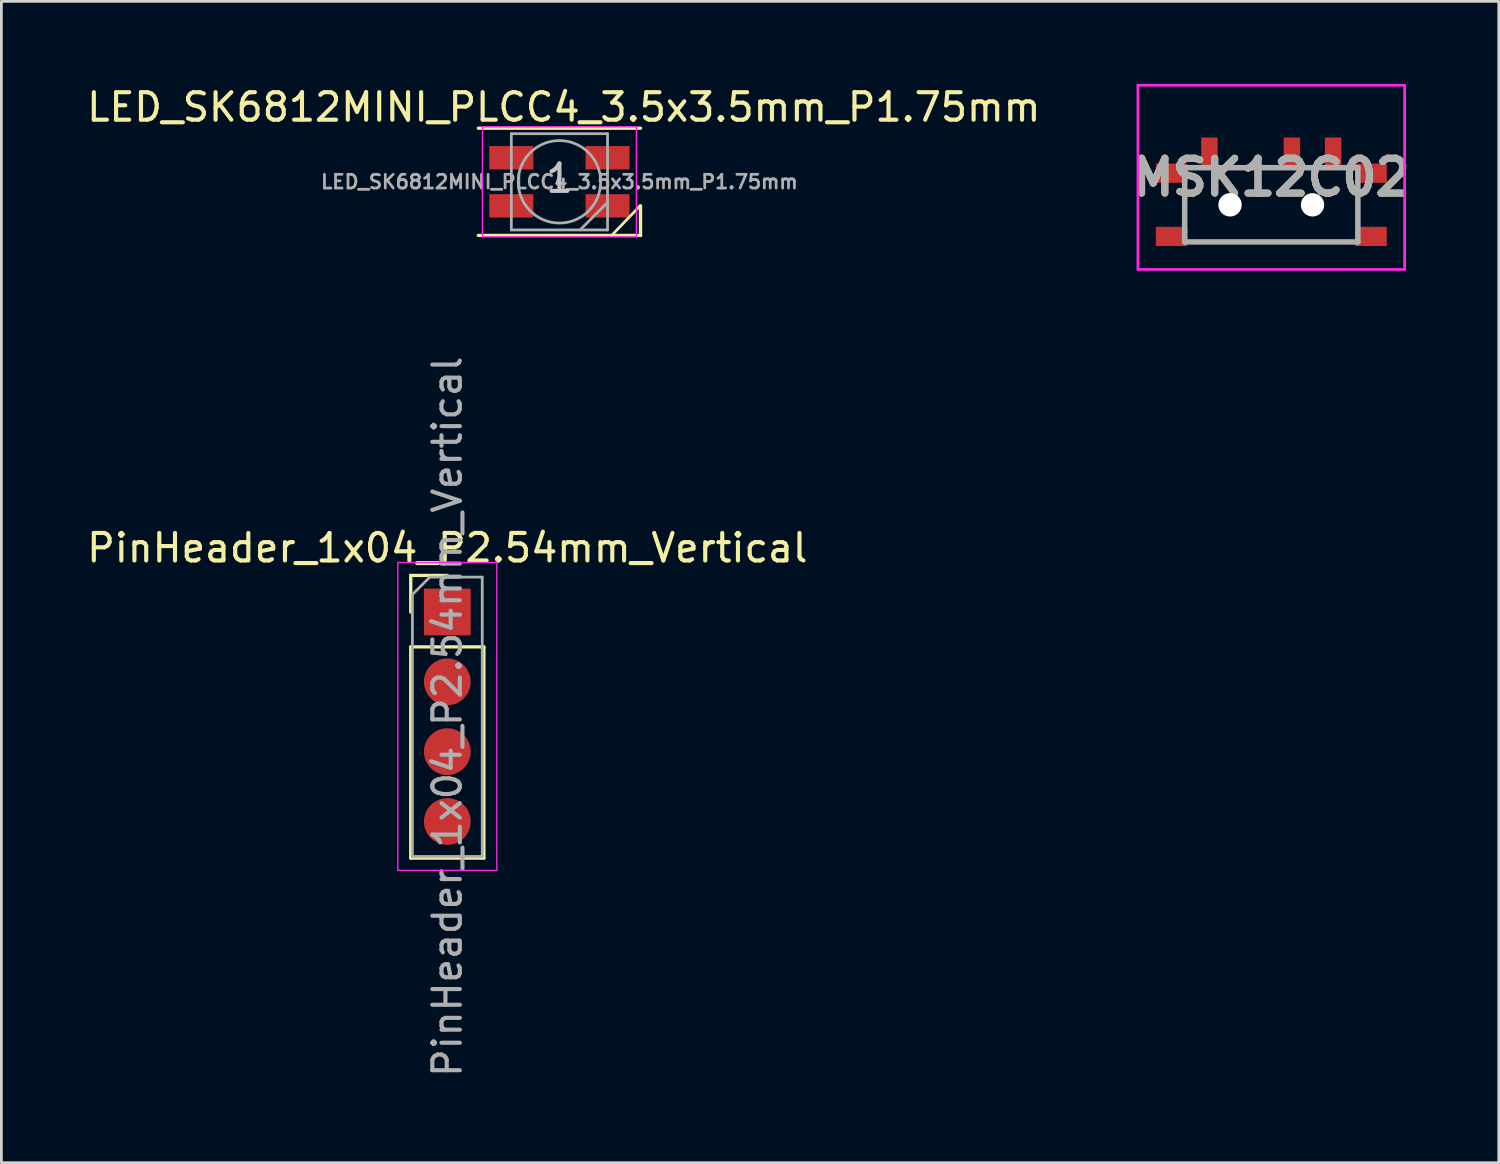
<source format=kicad_pcb>
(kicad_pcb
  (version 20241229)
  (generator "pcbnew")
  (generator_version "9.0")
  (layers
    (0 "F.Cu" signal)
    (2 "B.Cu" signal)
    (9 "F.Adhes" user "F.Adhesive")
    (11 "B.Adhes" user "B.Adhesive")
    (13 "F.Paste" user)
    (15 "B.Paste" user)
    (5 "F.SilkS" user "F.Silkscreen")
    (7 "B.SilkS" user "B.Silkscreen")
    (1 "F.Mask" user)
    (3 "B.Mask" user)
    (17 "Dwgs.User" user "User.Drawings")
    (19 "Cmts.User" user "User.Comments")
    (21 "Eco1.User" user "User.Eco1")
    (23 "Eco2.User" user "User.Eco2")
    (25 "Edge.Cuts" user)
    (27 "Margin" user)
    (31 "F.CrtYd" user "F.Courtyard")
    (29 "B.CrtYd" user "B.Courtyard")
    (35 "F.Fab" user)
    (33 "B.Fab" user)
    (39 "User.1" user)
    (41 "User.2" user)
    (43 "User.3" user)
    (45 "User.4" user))
  (footprint "LED_SK6812MINI_PLCC4_3.5x3.5mm_P1.75mm"
    (layer "F.Cu")
    (at 17.298 3.563)
    (property "Reference" "LED_SK6812MINI_PLCC4_3.5x3.5mm_P1.75mm" (at 0.16 -2.715 180) (layer "F.SilkS") (effects (font (size 1 1) (thickness 0.15))))
    (attr smd)
    (fp_line (start -2.95 -1.95) (end 2.95 -1.95) (stroke (width 0.12) (type solid)) (layer "F.SilkS"))
    (fp_line (start -2.95 1.95) (end 2.95 1.95) (stroke (width 0.12) (type solid)) (layer "F.SilkS"))
    (fp_line (start 1.89 1.96) (end 2.935 0.87) (stroke (width 0.1) (type default)) (layer "F.SilkS"))
    (fp_line (start 2.95 1.95) (end 2.95 0.875) (stroke (width 0.12) (type solid)) (layer "F.SilkS"))
    (fp_line (start -2.8 -2) (end -2.8 2) (stroke (width 0.05) (type solid)) (layer "F.CrtYd"))
    (fp_line (start -2.8 2) (end 2.8 2) (stroke (width 0.05) (type solid)) (layer "F.CrtYd"))
    (fp_line (start 2.8 -2) (end -2.8 -2) (stroke (width 0.05) (type solid)) (layer "F.CrtYd"))
    (fp_line (start 2.8 2) (end 2.8 -2) (stroke (width 0.05) (type solid)) (layer "F.CrtYd"))
    (fp_line (start -1.75 -1.75) (end -1.75 1.75) (stroke (width 0.1) (type solid)) (layer "F.Fab"))
    (fp_line (start -1.75 1.75) (end 1.75 1.75) (stroke (width 0.1) (type solid)) (layer "F.Fab"))
    (fp_line (start 1.75 -1.75) (end -1.75 -1.75) (stroke (width 0.1) (type solid)) (layer "F.Fab"))
    (fp_line (start 1.75 0.75) (end 0.75 1.75) (stroke (width 0.1) (type solid)) (layer "F.Fab"))
    (fp_line (start 1.75 1.75) (end 1.75 -1.75) (stroke (width 0.1) (type solid)) (layer "F.Fab"))
    (fp_circle (center 0 0) (end 0 -1.5) (stroke (width 0.1) (type solid)) (fill no) (layer "F.Fab"))
    (fp_text user "1" (at 0 -0.125 180) (layer "Dwgs.User") (effects (font (size 1 1) (thickness 0.15))))
    (fp_text user "${REFERENCE}" (at 0 0 180) (layer "F.Fab") (effects (font (size 0.5 0.5) (thickness 0.1))))
    (pad "1" smd rect (at -1.75 -0.875) (size 1.6 0.85) (layers "F.Cu" "F.Mask" "F.Paste"))
    (pad "2" smd rect (at -1.75 0.875) (size 1.6 0.85) (layers "F.Cu" "F.Mask" "F.Paste"))
    (pad "3" smd rect (at 1.75 0.875) (size 1.6 0.85) (layers "F.Cu" "F.Mask" "F.Paste"))
    (pad "4" smd rect (at 1.75 -0.875) (size 1.6 0.85) (layers "F.Cu" "F.Mask" "F.Paste")))
  (footprint "PinHeader_1x04_P2.54mm_Vertical"
    (layer "F.Cu")
    (at 13.22 19.21)
    (property "Reference" "PinHeader_1x04_P2.54mm_Vertical" (at 0 -2.33 0) (layer "F.SilkS") (effects (font (size 1 1) (thickness 0.15))))
    (attr through_hole)
    (fp_line (start -1.33 -1.33) (end 0 -1.33) (stroke (width 0.12) (type solid)) (layer "F.SilkS"))
    (fp_line (start -1.33 0) (end -1.33 -1.33) (stroke (width 0.12) (type solid)) (layer "F.SilkS"))
    (fp_line (start -1.33 1.27) (end -1.33 8.95) (stroke (width 0.12) (type solid)) (layer "F.SilkS"))
    (fp_line (start -1.33 1.27) (end 1.33 1.27) (stroke (width 0.12) (type solid)) (layer "F.SilkS"))
    (fp_line (start -1.33 8.95) (end 1.33 8.95) (stroke (width 0.12) (type solid)) (layer "F.SilkS"))
    (fp_line (start 1.33 1.27) (end 1.33 8.95) (stroke (width 0.12) (type solid)) (layer "F.SilkS"))
    (fp_line (start -1.8 -1.8) (end -1.8 9.4) (stroke (width 0.05) (type solid)) (layer "F.CrtYd"))
    (fp_line (start -1.8 9.4) (end 1.8 9.4) (stroke (width 0.05) (type solid)) (layer "F.CrtYd"))
    (fp_line (start 1.8 -1.8) (end -1.8 -1.8) (stroke (width 0.05) (type solid)) (layer "F.CrtYd"))
    (fp_line (start 1.8 9.4) (end 1.8 -1.8) (stroke (width 0.05) (type solid)) (layer "F.CrtYd"))
    (fp_line (start -1.27 -0.635) (end -0.635 -1.27) (stroke (width 0.1) (type solid)) (layer "F.Fab"))
    (fp_line (start -1.27 8.89) (end -1.27 -0.635) (stroke (width 0.1) (type solid)) (layer "F.Fab"))
    (fp_line (start -0.635 -1.27) (end 1.27 -1.27) (stroke (width 0.1) (type solid)) (layer "F.Fab"))
    (fp_line (start 1.27 -1.27) (end 1.27 8.89) (stroke (width 0.1) (type solid)) (layer "F.Fab"))
    (fp_line (start 1.27 8.89) (end -1.27 8.89) (stroke (width 0.1) (type solid)) (layer "F.Fab"))
    (fp_text user "${REFERENCE}" (at 0 3.81 90) (layer "F.Fab") (effects (font (size 1 1) (thickness 0.15))))
    (pad "1" smd rect (at 0 0) (size 1.7 1.7) (layers "F.Cu" "F.Mask" "F.Paste"))
    (pad "2" smd oval (at 0 2.54) (size 1.7 1.7) (layers "F.Cu" "F.Mask" "F.Paste"))
    (pad "3" smd oval (at 0 5.08) (size 1.7 1.7) (layers "F.Cu" "F.Mask" "F.Paste"))
    (pad "4" smd oval (at 0 7.62) (size 1.7 1.7) (layers "F.Cu" "F.Mask" "F.Paste")))
  (footprint "MSK12C02"
    (layer "F.Cu")
    (at 43.19 4.4)
    (property "Reference" "MSK12C02" (at 0 -1 0) (layer "F.SilkS") (effects (font (size 1.27 1.27) (thickness 0.254))))
    (attr through_hole)
    (fp_line (start -3.15 -0.25) (end -3.15 -0.25) (stroke (width 0.1) (type solid)) (layer "F.SilkS"))
    (fp_line (start -3.15 -0.25) (end -3.15 0.25) (stroke (width 0.1) (type solid)) (layer "F.SilkS"))
    (fp_line (start -3.15 0.25) (end -3.15 -0.25) (stroke (width 0.1) (type solid)) (layer "F.SilkS"))
    (fp_line (start -3.15 0.25) (end -3.15 0.25) (stroke (width 0.1) (type solid)) (layer "F.SilkS"))
    (fp_line (start -2.5 1.35) (end -2.5 1.35) (stroke (width 0.1) (type solid)) (layer "F.SilkS"))
    (fp_line (start -2.5 1.35) (end 2.5 1.35) (stroke (width 0.1) (type solid)) (layer "F.SilkS"))
    (fp_line (start -1.25 -1.35) (end -1.25 -1.35) (stroke (width 0.1) (type solid)) (layer "F.SilkS"))
    (fp_line (start -1.25 -1.35) (end -0.25 -1.35) (stroke (width 0.1) (type solid)) (layer "F.SilkS"))
    (fp_line (start -0.25 -1.35) (end -1.25 -1.35) (stroke (width 0.1) (type solid)) (layer "F.SilkS"))
    (fp_line (start -0.25 -1.35) (end -0.25 -1.35) (stroke (width 0.1) (type solid)) (layer "F.SilkS"))
    (fp_line (start 2.5 1.35) (end -2.5 1.35) (stroke (width 0.1) (type solid)) (layer "F.SilkS"))
    (fp_line (start 2.5 1.35) (end 2.5 1.35) (stroke (width 0.1) (type solid)) (layer "F.SilkS"))
    (fp_line (start 3.15 -0.25) (end 3.15 -0.25) (stroke (width 0.1) (type solid)) (layer "F.SilkS"))
    (fp_line (start 3.15 -0.25) (end 3.15 0.25) (stroke (width 0.1) (type solid)) (layer "F.SilkS"))
    (fp_line (start 3.15 0.25) (end 3.15 -0.25) (stroke (width 0.1) (type solid)) (layer "F.SilkS"))
    (fp_line (start 3.15 0.25) (end 3.15 0.25) (stroke (width 0.1) (type solid)) (layer "F.SilkS"))
    (fp_line (start -4.85 -4.35) (end 4.85 -4.35) (stroke (width 0.1) (type solid)) (layer "F.CrtYd"))
    (fp_line (start -4.85 2.35) (end -4.85 -4.35) (stroke (width 0.1) (type solid)) (layer "F.CrtYd"))
    (fp_line (start 4.85 -4.35) (end 4.85 2.35) (stroke (width 0.1) (type solid)) (layer "F.CrtYd"))
    (fp_line (start 4.85 2.35) (end -4.85 2.35) (stroke (width 0.1) (type solid)) (layer "F.CrtYd"))
    (fp_line (start -3.15 -1.35) (end -3.15 1.35) (stroke (width 0.2) (type solid)) (layer "F.Fab"))
    (fp_line (start -3.15 1.35) (end 3.15 1.35) (stroke (width 0.2) (type solid)) (layer "F.Fab"))
    (fp_line (start 3.15 -1.35) (end -3.15 -1.35) (stroke (width 0.2) (type solid)) (layer "F.Fab"))
    (fp_line (start 3.15 1.35) (end 3.15 -1.35) (stroke (width 0.2) (type solid)) (layer "F.Fab"))
    (fp_text user "${REFERENCE}" (at 0 -1 0) (layer "F.Fab") (effects (font (size 1.27 1.27) (thickness 0.254))))
    (pad "" np_thru_hole circle (at -1.5 0) (size 0.85 0.85) (drill 0.85) (layers "*.Cu" "*.Mask"))
    (pad "" np_thru_hole circle (at 1.5 0) (size 0.85 0.85) (drill 0.85) (layers "*.Cu" "*.Mask"))
    (pad "1" smd rect (at -2.25 -1.9) (size 0.6 1.1) (layers "F.Cu" "F.Mask" "F.Paste"))
    (pad "2" smd rect (at 0.75 -1.9) (size 0.6 1.1) (layers "F.Cu" "F.Mask" "F.Paste"))
    (pad "3" smd rect (at 2.25 -1.9) (size 0.6 1.1) (layers "F.Cu" "F.Mask" "F.Paste"))
    (pad "4" smd rect (at -3.625 -1.15 90) (size 0.7 1.15) (layers "F.Cu" "F.Mask" "F.Paste"))
    (pad "4" smd rect (at -3.625 1.15 90) (size 0.7 1.15) (layers "F.Cu" "F.Mask" "F.Paste"))
    (pad "4" smd rect (at 3.625 -1.15 90) (size 0.7 1.15) (layers "F.Cu" "F.Mask" "F.Paste"))
    (pad "4" smd rect (at 3.625 1.15 90) (size 0.7 1.15) (layers "F.Cu" "F.Mask" "F.Paste")))
  (gr_rect
    (start -3 -3)
    (end 51.464 39.24)
    (stroke (width 0.1) (type default))
    (fill no)
    (layer "Edge.Cuts")))
</source>
